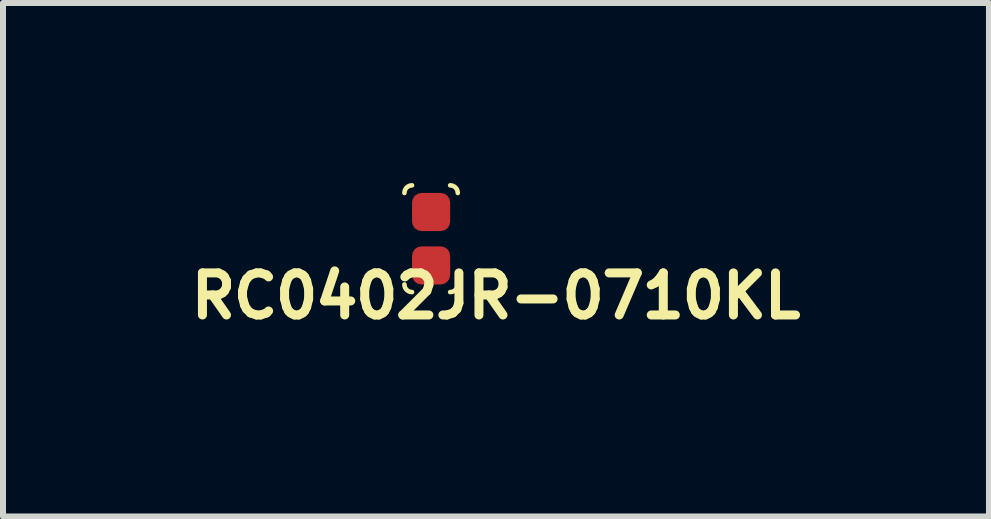
<source format=kicad_pcb>
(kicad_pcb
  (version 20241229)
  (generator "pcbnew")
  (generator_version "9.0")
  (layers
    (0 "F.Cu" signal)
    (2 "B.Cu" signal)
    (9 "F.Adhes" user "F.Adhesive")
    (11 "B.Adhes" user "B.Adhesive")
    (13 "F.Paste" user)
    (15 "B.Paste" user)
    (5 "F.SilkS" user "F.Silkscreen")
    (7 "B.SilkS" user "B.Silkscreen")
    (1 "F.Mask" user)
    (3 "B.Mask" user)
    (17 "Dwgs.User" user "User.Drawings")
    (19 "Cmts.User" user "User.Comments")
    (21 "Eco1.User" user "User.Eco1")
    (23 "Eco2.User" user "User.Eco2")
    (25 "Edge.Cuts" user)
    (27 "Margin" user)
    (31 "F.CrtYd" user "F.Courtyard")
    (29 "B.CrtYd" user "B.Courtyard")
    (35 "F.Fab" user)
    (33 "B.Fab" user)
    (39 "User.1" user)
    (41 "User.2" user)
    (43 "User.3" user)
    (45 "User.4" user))
  (footprint "RC0402JR-0710KL"
    (layer "F.Cu")
    (at 4.132 0.927)
    (property "Reference" "RC0402JR-0710KL" (at 1.081 0.954 180) (layer "F.SilkS") (effects (font (size 0.701 0.701) (thickness 0.15))))
    (attr smd)
    (fp_arc (start -0.4445 -0.762) (mid -0.407303 -0.851803) (end -0.3175 -0.889) (stroke (width 0.0762) (type solid)) (layer "F.SilkS"))
    (fp_arc (start -0.3175 0.889) (mid -0.407303 0.851803) (end -0.4445 0.762) (stroke (width 0.0762) (type solid)) (layer "F.SilkS"))
    (fp_arc (start 0.3175 -0.889) (mid 0.407303 -0.851803) (end 0.4445 -0.762) (stroke (width 0.0762) (type solid)) (layer "F.SilkS"))
    (fp_arc (start 0.4445 0.762) (mid 0.407303 0.851803) (end 0.3175 0.889) (stroke (width 0.0762) (type solid)) (layer "F.SilkS"))
    (pad "1" smd roundrect (at 0 -0.445) (size 0.635 0.635) (layers "F.Cu" "F.Mask" "F.Paste") (roundrect_rratio 0.25))
    (pad "2" smd roundrect (at 0 0.445) (size 0.635 0.635) (layers "F.Cu" "F.Mask" "F.Paste") (roundrect_rratio 0.25)))
  (gr_rect
    (start -3 -3)
    (end 13.426 5.554)
    (stroke (width 0.1) (type default))
    (fill no)
    (layer "Edge.Cuts")))
</source>
